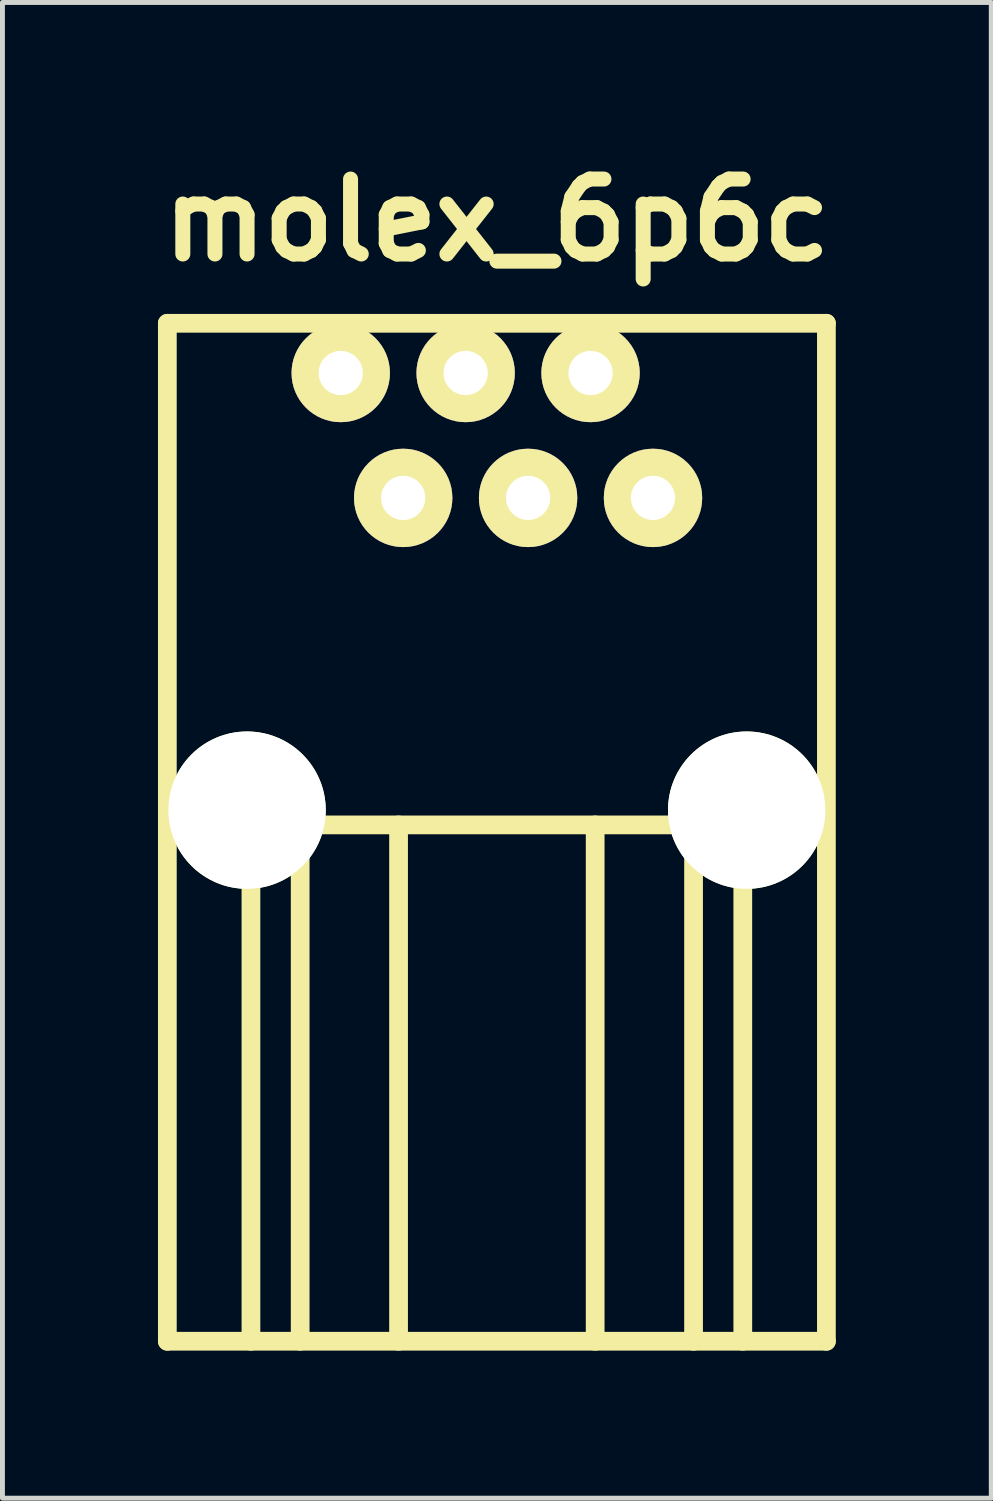
<source format=kicad_pcb>
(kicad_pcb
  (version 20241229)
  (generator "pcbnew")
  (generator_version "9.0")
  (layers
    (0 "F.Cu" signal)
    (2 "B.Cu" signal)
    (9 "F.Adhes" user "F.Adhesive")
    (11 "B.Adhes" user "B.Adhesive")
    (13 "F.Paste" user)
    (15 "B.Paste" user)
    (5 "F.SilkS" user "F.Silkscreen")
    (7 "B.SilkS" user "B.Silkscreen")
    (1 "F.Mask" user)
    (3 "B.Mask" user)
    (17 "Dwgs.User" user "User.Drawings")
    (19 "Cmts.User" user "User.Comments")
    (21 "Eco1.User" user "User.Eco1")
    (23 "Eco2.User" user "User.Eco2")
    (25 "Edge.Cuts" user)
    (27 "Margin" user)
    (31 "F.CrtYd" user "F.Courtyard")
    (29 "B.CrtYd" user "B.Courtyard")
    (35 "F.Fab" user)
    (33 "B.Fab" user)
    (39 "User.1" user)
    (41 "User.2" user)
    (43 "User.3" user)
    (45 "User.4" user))
  (footprint "molex_6p6c"
    (layer "F.Cu")
    (at 7.054 13.425)
    (property "Reference" "molex_6p6c" (at 0 -11.999 0) (layer "F.SilkS") (effects (font (size 1.524 1.524) (thickness 0.305))))
    (attr through_hole)
    (fp_line (start -6.701 -9.901) (end -6.701 10.8) (stroke (width 0.381) (type solid)) (layer "F.SilkS"))
    (fp_line (start -6.701 -9.901) (end 6.701 -9.901) (stroke (width 0.381) (type solid)) (layer "F.SilkS"))
    (fp_line (start -5.001 0.3) (end -5.001 10.8) (stroke (width 0.381) (type solid)) (layer "F.SilkS"))
    (fp_line (start -5.001 0.3) (end 5.001 0.3) (stroke (width 0.381) (type solid)) (layer "F.SilkS"))
    (fp_line (start -4 10.8) (end -4 0.3) (stroke (width 0.381) (type solid)) (layer "F.SilkS"))
    (fp_line (start -1.999 10.8) (end -1.999 0.3) (stroke (width 0.381) (type solid)) (layer "F.SilkS"))
    (fp_line (start 1.999 10.8) (end 1.999 0.3) (stroke (width 0.381) (type solid)) (layer "F.SilkS"))
    (fp_line (start 4 0.3) (end 4 10.8) (stroke (width 0.381) (type solid)) (layer "F.SilkS"))
    (fp_line (start 5.001 0.3) (end 5.001 10.8) (stroke (width 0.381) (type solid)) (layer "F.SilkS"))
    (fp_line (start 6.701 -9.901) (end 6.701 10.8) (stroke (width 0.381) (type solid)) (layer "F.SilkS"))
    (fp_line (start 6.701 10.8) (end -6.701 10.8) (stroke (width 0.381) (type solid)) (layer "F.SilkS"))
    (pad "" np_thru_hole circle (at -5.08 0) (size 3.2 3.2) (drill 3.2) (layers "*.Cu" "*.Mask" "F.SilkS"))
    (pad "" np_thru_hole circle (at 5.08 0) (size 3.2 3.2) (drill 3.2) (layers "*.Cu" "*.Mask" "F.SilkS"))
    (pad "1" thru_hole circle (at -3.175 -8.89) (size 2 2) (drill 0.899) (layers "*.Cu" "*.Mask" "F.SilkS"))
    (pad "2" thru_hole circle (at -1.905 -6.35) (size 2 2) (drill 0.899) (layers "*.Cu" "*.Mask" "F.SilkS"))
    (pad "3" thru_hole circle (at -0.635 -8.89) (size 2 2) (drill 0.899) (layers "*.Cu" "*.Mask" "F.SilkS"))
    (pad "4" thru_hole circle (at 0.635 -6.35) (size 2 2) (drill 0.899) (layers "*.Cu" "*.Mask" "F.SilkS"))
    (pad "5" thru_hole circle (at 1.905 -8.89) (size 2 2) (drill 0.899) (layers "*.Cu" "*.Mask" "F.SilkS"))
    (pad "6" thru_hole circle (at 3.175 -6.35) (size 2 2) (drill 0.899) (layers "*.Cu" "*.Mask" "F.SilkS")))
  (gr_rect
    (start -3 -3)
    (end 17.108 27.416)
    (stroke (width 0.1) (type default))
    (fill no)
    (layer "Edge.Cuts")))
</source>
